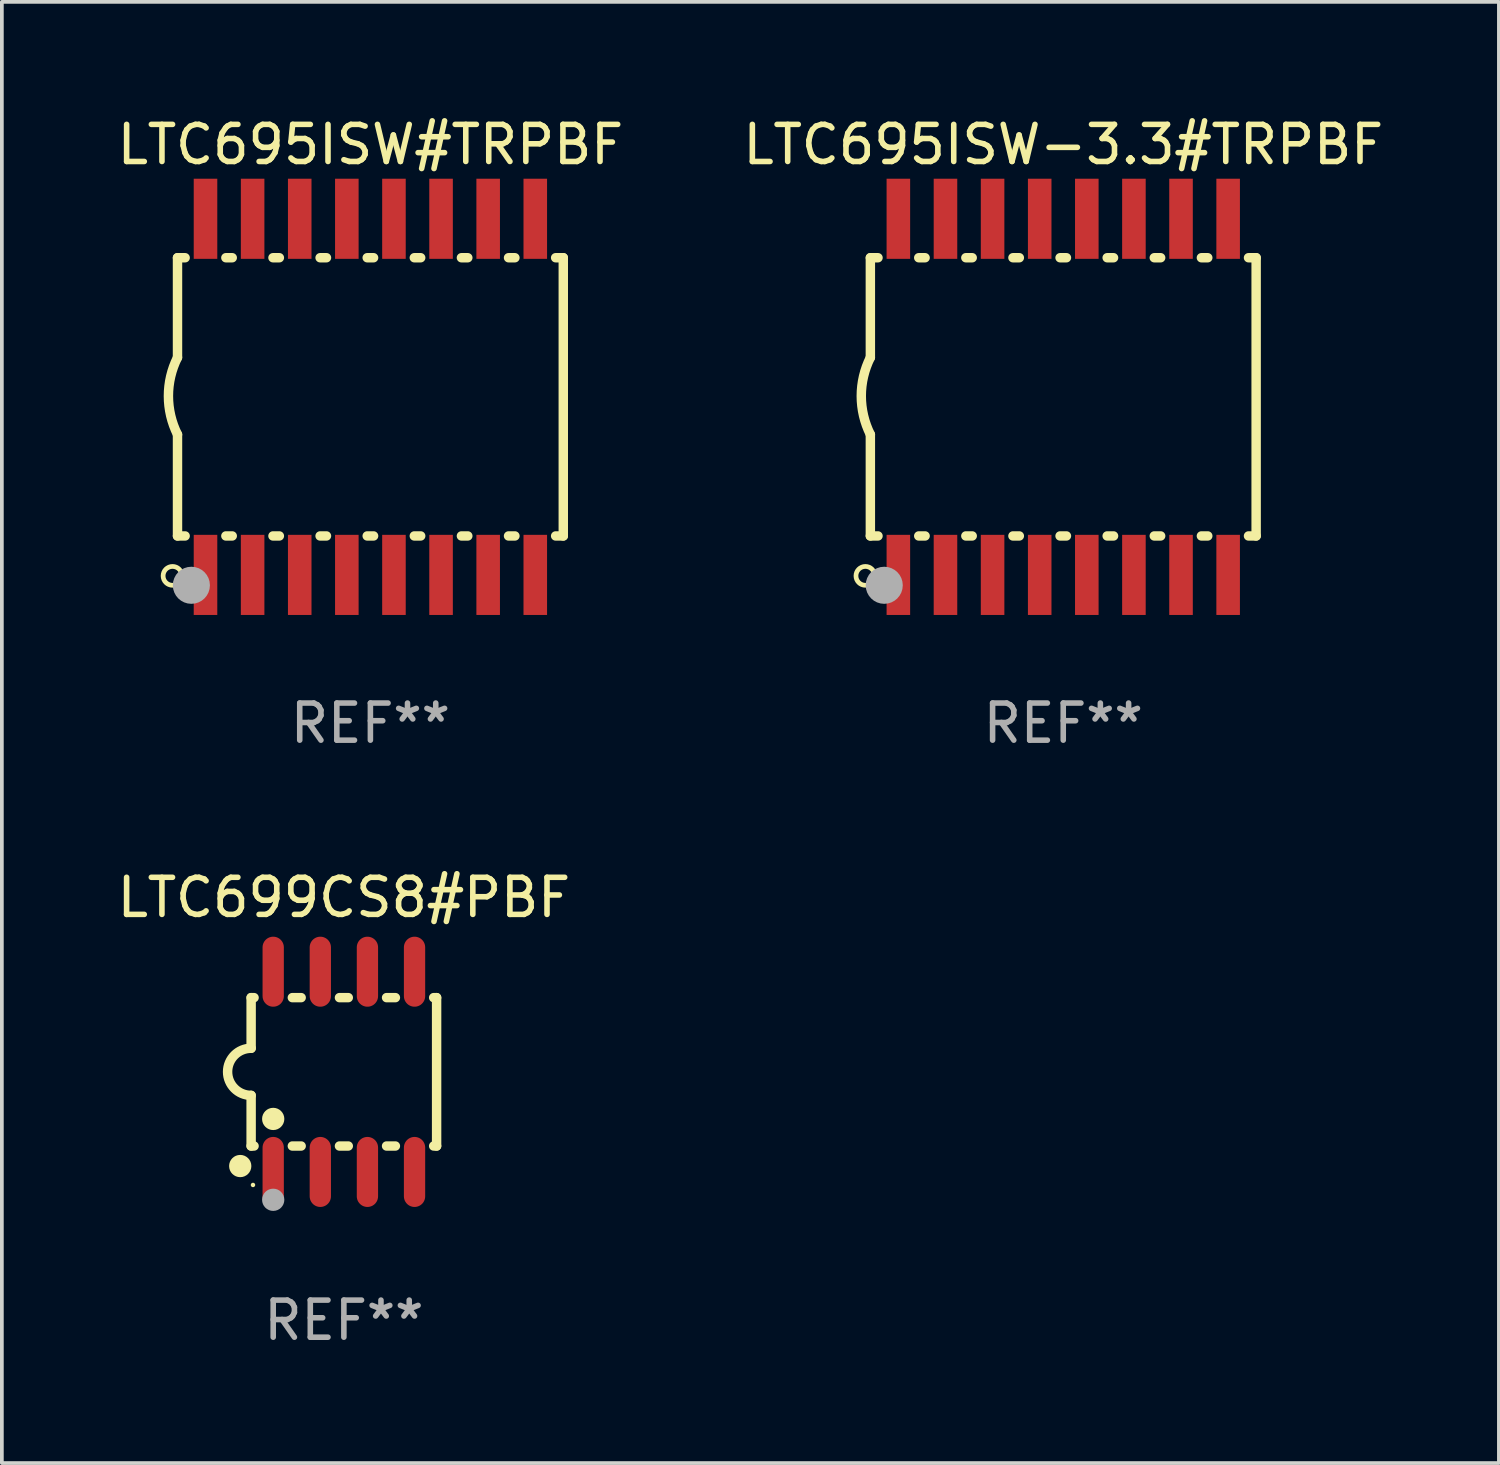
<source format=kicad_pcb>
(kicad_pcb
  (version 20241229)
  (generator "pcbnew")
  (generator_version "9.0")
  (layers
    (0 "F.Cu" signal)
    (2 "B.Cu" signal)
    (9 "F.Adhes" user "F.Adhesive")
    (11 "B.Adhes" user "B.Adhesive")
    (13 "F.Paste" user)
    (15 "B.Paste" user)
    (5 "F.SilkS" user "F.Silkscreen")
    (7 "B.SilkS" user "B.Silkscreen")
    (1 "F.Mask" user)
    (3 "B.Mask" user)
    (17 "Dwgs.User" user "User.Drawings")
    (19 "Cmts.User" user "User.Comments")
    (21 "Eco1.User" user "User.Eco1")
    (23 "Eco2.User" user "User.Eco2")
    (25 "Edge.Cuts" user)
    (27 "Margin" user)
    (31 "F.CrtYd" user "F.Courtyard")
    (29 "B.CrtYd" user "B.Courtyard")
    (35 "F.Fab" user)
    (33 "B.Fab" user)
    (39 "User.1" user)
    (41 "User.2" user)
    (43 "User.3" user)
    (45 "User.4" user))
  (footprint "LTC699CS8#PBF"
    (layer "F.Cu")
    (at 6.22 25.844)
    (property "Reference" "LTC699CS8#PBF" (at 0 -4.699 0) (layer "F.SilkS") (effects (font (size 1 1) (thickness 0.15))))
    (attr through_hole)
    (fp_line (start -2.5 -2) (end -2.5 -0.635) (stroke (width 0.254) (type solid)) (layer "F.SilkS"))
    (fp_line (start -2.5 -2) (end -2.421 -2) (stroke (width 0.254) (type solid)) (layer "F.SilkS"))
    (fp_line (start -2.5 2) (end -2.5 0.635) (stroke (width 0.254) (type solid)) (layer "F.SilkS"))
    (fp_line (start -2.5 2) (end -2.421 2) (stroke (width 0.254) (type solid)) (layer "F.SilkS"))
    (fp_line (start -1.389 -2) (end -1.151 -2) (stroke (width 0.254) (type solid)) (layer "F.SilkS"))
    (fp_line (start -1.389 2) (end -1.151 2) (stroke (width 0.254) (type solid)) (layer "F.SilkS"))
    (fp_line (start -0.119 -2) (end 0.119 -2) (stroke (width 0.254) (type solid)) (layer "F.SilkS"))
    (fp_line (start -0.119 2) (end 0.119 2) (stroke (width 0.254) (type solid)) (layer "F.SilkS"))
    (fp_line (start 1.151 -2) (end 1.389 -2) (stroke (width 0.254) (type solid)) (layer "F.SilkS"))
    (fp_line (start 1.151 2) (end 1.389 2) (stroke (width 0.254) (type solid)) (layer "F.SilkS"))
    (fp_line (start 2.421 -2) (end 2.5 -2) (stroke (width 0.254) (type solid)) (layer "F.SilkS"))
    (fp_line (start 2.421 2) (end 2.5 2) (stroke (width 0.254) (type solid)) (layer "F.SilkS"))
    (fp_line (start 2.5 -2) (end 2.5 2) (stroke (width 0.254) (type solid)) (layer "F.SilkS"))
    (fp_arc (start -2.5 0.635001) (mid -3.134366 -0.000318) (end -2.499365 -0.635001) (stroke (width 0.254001) (type solid)) (layer "F.SilkS"))
    (fp_circle (center -2.794 2.54) (end -2.644 2.54) (stroke (width 0.3) (type solid)) (fill no) (layer "F.SilkS"))
    (fp_circle (center -2.45 3.05) (end -2.42 3.05) (stroke (width 0.06) (type solid)) (fill no) (layer "F.SilkS"))
    (fp_circle (center -1.905 1.27) (end -1.755 1.27) (stroke (width 0.3) (type solid)) (fill no) (layer "F.SilkS"))
    (fp_circle (center -1.905 3.45) (end -1.755 3.45) (stroke (width 0.3) (type solid)) (fill no) (layer "F.Fab"))
    (fp_text user "REF**" (at 0 6.699 0) (layer "F.Fab") (effects (font (size 1 1) (thickness 0.15))))
    (pad "1" smd oval (at -1.905 2.699) (size 0.574 1.888) (layers "F.Cu" "F.Mask" "F.Paste"))
    (pad "2" smd oval (at -0.635 2.699) (size 0.574 1.888) (layers "F.Cu" "F.Mask" "F.Paste"))
    (pad "3" smd oval (at 0.635 2.699) (size 0.574 1.888) (layers "F.Cu" "F.Mask" "F.Paste"))
    (pad "4" smd oval (at 1.905 2.699) (size 0.574 1.888) (layers "F.Cu" "F.Mask" "F.Paste"))
    (pad "5" smd oval (at 1.905 -2.699) (size 0.574 1.888) (layers "F.Cu" "F.Mask" "F.Paste"))
    (pad "6" smd oval (at 0.635 -2.699) (size 0.574 1.888) (layers "F.Cu" "F.Mask" "F.Paste"))
    (pad "7" smd oval (at -0.635 -2.699) (size 0.574 1.888) (layers "F.Cu" "F.Mask" "F.Paste"))
    (pad "8" smd oval (at -1.905 -2.699) (size 0.574 1.888) (layers "F.Cu" "F.Mask" "F.Paste")))
  (footprint "LTC695ISW-3.3#TRPBF"
    (layer "F.Cu")
    (at 25.613 7.648)
    (property "Reference" "LTC695ISW-3.3#TRPBF" (at 0 -6.8 0) (layer "F.SilkS") (effects (font (size 1 1) (thickness 0.15))))
    (attr through_hole)
    (fp_line (start -5.2 -3.75) (end -5.2 -1.06) (stroke (width 0.254) (type solid)) (layer "F.SilkS"))
    (fp_line (start -5.2 -3.75) (end -4.994 -3.75) (stroke (width 0.254) (type solid)) (layer "F.SilkS"))
    (fp_line (start -5.2 3.75) (end -5.2 1.016) (stroke (width 0.254) (type solid)) (layer "F.SilkS"))
    (fp_line (start -5.2 3.75) (end -4.994 3.75) (stroke (width 0.254) (type solid)) (layer "F.SilkS"))
    (fp_line (start -3.896 -3.75) (end -3.724 -3.75) (stroke (width 0.254) (type solid)) (layer "F.SilkS"))
    (fp_line (start -3.896 3.75) (end -3.724 3.75) (stroke (width 0.254) (type solid)) (layer "F.SilkS"))
    (fp_line (start -2.626 -3.75) (end -2.454 -3.75) (stroke (width 0.254) (type solid)) (layer "F.SilkS"))
    (fp_line (start -2.626 3.75) (end -2.454 3.75) (stroke (width 0.254) (type solid)) (layer "F.SilkS"))
    (fp_line (start -1.356 -3.75) (end -1.184 -3.75) (stroke (width 0.254) (type solid)) (layer "F.SilkS"))
    (fp_line (start -1.356 3.75) (end -1.184 3.75) (stroke (width 0.254) (type solid)) (layer "F.SilkS"))
    (fp_line (start -0.086 -3.75) (end 0.086 -3.75) (stroke (width 0.254) (type solid)) (layer "F.SilkS"))
    (fp_line (start -0.086 3.75) (end 0.086 3.75) (stroke (width 0.254) (type solid)) (layer "F.SilkS"))
    (fp_line (start 1.184 -3.75) (end 1.356 -3.75) (stroke (width 0.254) (type solid)) (layer "F.SilkS"))
    (fp_line (start 1.184 3.75) (end 1.356 3.75) (stroke (width 0.254) (type solid)) (layer "F.SilkS"))
    (fp_line (start 2.454 -3.75) (end 2.626 -3.75) (stroke (width 0.254) (type solid)) (layer "F.SilkS"))
    (fp_line (start 2.454 3.75) (end 2.626 3.75) (stroke (width 0.254) (type solid)) (layer "F.SilkS"))
    (fp_line (start 3.724 -3.75) (end 3.896 -3.75) (stroke (width 0.254) (type solid)) (layer "F.SilkS"))
    (fp_line (start 3.724 3.75) (end 3.896 3.75) (stroke (width 0.254) (type solid)) (layer "F.SilkS"))
    (fp_line (start 4.994 -3.75) (end 5.2 -3.75) (stroke (width 0.254) (type solid)) (layer "F.SilkS"))
    (fp_line (start 4.994 3.75) (end 5.2 3.75) (stroke (width 0.254) (type solid)) (layer "F.SilkS"))
    (fp_line (start 5.2 3.75) (end 5.2 -3.75) (stroke (width 0.254) (type solid)) (layer "F.SilkS"))
    (fp_arc (start -5.199391 1.016002) (mid -5.444637 -0.021925) (end -5.2 -1.059995) (stroke (width 0.254001) (type solid)) (layer "F.SilkS"))
    (fp_circle (center -5.334 4.826) (end -5.08 4.826) (stroke (width 0.127) (type solid)) (fill no) (layer "F.SilkS"))
    (fp_circle (center -5.15 5.15) (end -5.12 5.15) (stroke (width 0.06) (type solid)) (fill no) (layer "F.SilkS"))
    (fp_circle (center -4.826 5.08) (end -4.576 5.08) (stroke (width 0.5) (type solid)) (fill no) (layer "F.Fab"))
    (fp_text user "REF**" (at 0 8.8 0) (layer "F.Fab") (effects (font (size 1 1) (thickness 0.15))))
    (pad "1" smd rect (at -4.445 4.8) (size 0.635 2.16) (layers "F.Cu" "F.Mask" "F.Paste"))
    (pad "2" smd rect (at -3.175 4.8) (size 0.635 2.16) (layers "F.Cu" "F.Mask" "F.Paste"))
    (pad "3" smd rect (at -1.905 4.8) (size 0.635 2.16) (layers "F.Cu" "F.Mask" "F.Paste"))
    (pad "4" smd rect (at -0.635 4.8) (size 0.635 2.16) (layers "F.Cu" "F.Mask" "F.Paste"))
    (pad "5" smd rect (at 0.635 4.8) (size 0.635 2.16) (layers "F.Cu" "F.Mask" "F.Paste"))
    (pad "6" smd rect (at 1.905 4.8) (size 0.635 2.16) (layers "F.Cu" "F.Mask" "F.Paste"))
    (pad "7" smd rect (at 3.175 4.8) (size 0.635 2.16) (layers "F.Cu" "F.Mask" "F.Paste"))
    (pad "8" smd rect (at 4.445 4.8) (size 0.635 2.16) (layers "F.Cu" "F.Mask" "F.Paste"))
    (pad "9" smd rect (at 4.445 -4.8) (size 0.635 2.16) (layers "F.Cu" "F.Mask" "F.Paste"))
    (pad "10" smd rect (at 3.175 -4.8) (size 0.635 2.16) (layers "F.Cu" "F.Mask" "F.Paste"))
    (pad "11" smd rect (at 1.905 -4.8) (size 0.635 2.16) (layers "F.Cu" "F.Mask" "F.Paste"))
    (pad "12" smd rect (at 0.635 -4.8) (size 0.635 2.16) (layers "F.Cu" "F.Mask" "F.Paste"))
    (pad "13" smd rect (at -0.635 -4.8) (size 0.635 2.16) (layers "F.Cu" "F.Mask" "F.Paste"))
    (pad "14" smd rect (at -1.905 -4.8) (size 0.635 2.16) (layers "F.Cu" "F.Mask" "F.Paste"))
    (pad "15" smd rect (at -3.175 -4.8) (size 0.635 2.16) (layers "F.Cu" "F.Mask" "F.Paste"))
    (pad "16" smd rect (at -4.445 -4.8) (size 0.635 2.16) (layers "F.Cu" "F.Mask" "F.Paste")))
  (footprint "LTC695ISW#TRPBF"
    (layer "F.Cu")
    (at 6.935 7.648)
    (property "Reference" "LTC695ISW#TRPBF" (at 0 -6.8 0) (layer "F.SilkS") (effects (font (size 1 1) (thickness 0.15))))
    (attr through_hole)
    (fp_line (start -5.2 -3.75) (end -5.2 -1.06) (stroke (width 0.254) (type solid)) (layer "F.SilkS"))
    (fp_line (start -5.2 -3.75) (end -4.994 -3.75) (stroke (width 0.254) (type solid)) (layer "F.SilkS"))
    (fp_line (start -5.2 3.75) (end -5.2 1.016) (stroke (width 0.254) (type solid)) (layer "F.SilkS"))
    (fp_line (start -5.2 3.75) (end -4.994 3.75) (stroke (width 0.254) (type solid)) (layer "F.SilkS"))
    (fp_line (start -3.896 -3.75) (end -3.724 -3.75) (stroke (width 0.254) (type solid)) (layer "F.SilkS"))
    (fp_line (start -3.896 3.75) (end -3.724 3.75) (stroke (width 0.254) (type solid)) (layer "F.SilkS"))
    (fp_line (start -2.626 -3.75) (end -2.454 -3.75) (stroke (width 0.254) (type solid)) (layer "F.SilkS"))
    (fp_line (start -2.626 3.75) (end -2.454 3.75) (stroke (width 0.254) (type solid)) (layer "F.SilkS"))
    (fp_line (start -1.356 -3.75) (end -1.184 -3.75) (stroke (width 0.254) (type solid)) (layer "F.SilkS"))
    (fp_line (start -1.356 3.75) (end -1.184 3.75) (stroke (width 0.254) (type solid)) (layer "F.SilkS"))
    (fp_line (start -0.086 -3.75) (end 0.086 -3.75) (stroke (width 0.254) (type solid)) (layer "F.SilkS"))
    (fp_line (start -0.086 3.75) (end 0.086 3.75) (stroke (width 0.254) (type solid)) (layer "F.SilkS"))
    (fp_line (start 1.184 -3.75) (end 1.356 -3.75) (stroke (width 0.254) (type solid)) (layer "F.SilkS"))
    (fp_line (start 1.184 3.75) (end 1.356 3.75) (stroke (width 0.254) (type solid)) (layer "F.SilkS"))
    (fp_line (start 2.454 -3.75) (end 2.626 -3.75) (stroke (width 0.254) (type solid)) (layer "F.SilkS"))
    (fp_line (start 2.454 3.75) (end 2.626 3.75) (stroke (width 0.254) (type solid)) (layer "F.SilkS"))
    (fp_line (start 3.724 -3.75) (end 3.896 -3.75) (stroke (width 0.254) (type solid)) (layer "F.SilkS"))
    (fp_line (start 3.724 3.75) (end 3.896 3.75) (stroke (width 0.254) (type solid)) (layer "F.SilkS"))
    (fp_line (start 4.994 -3.75) (end 5.2 -3.75) (stroke (width 0.254) (type solid)) (layer "F.SilkS"))
    (fp_line (start 4.994 3.75) (end 5.2 3.75) (stroke (width 0.254) (type solid)) (layer "F.SilkS"))
    (fp_line (start 5.2 3.75) (end 5.2 -3.75) (stroke (width 0.254) (type solid)) (layer "F.SilkS"))
    (fp_arc (start -5.199391 1.016002) (mid -5.444637 -0.021925) (end -5.2 -1.059995) (stroke (width 0.254001) (type solid)) (layer "F.SilkS"))
    (fp_circle (center -5.334 4.826) (end -5.08 4.826) (stroke (width 0.127) (type solid)) (fill no) (layer "F.SilkS"))
    (fp_circle (center -5.15 5.15) (end -5.12 5.15) (stroke (width 0.06) (type solid)) (fill no) (layer "F.SilkS"))
    (fp_circle (center -4.826 5.08) (end -4.576 5.08) (stroke (width 0.5) (type solid)) (fill no) (layer "F.Fab"))
    (fp_text user "REF**" (at 0 8.8 0) (layer "F.Fab") (effects (font (size 1 1) (thickness 0.15))))
    (pad "1" smd rect (at -4.445 4.8) (size 0.635 2.16) (layers "F.Cu" "F.Mask" "F.Paste"))
    (pad "2" smd rect (at -3.175 4.8) (size 0.635 2.16) (layers "F.Cu" "F.Mask" "F.Paste"))
    (pad "3" smd rect (at -1.905 4.8) (size 0.635 2.16) (layers "F.Cu" "F.Mask" "F.Paste"))
    (pad "4" smd rect (at -0.635 4.8) (size 0.635 2.16) (layers "F.Cu" "F.Mask" "F.Paste"))
    (pad "5" smd rect (at 0.635 4.8) (size 0.635 2.16) (layers "F.Cu" "F.Mask" "F.Paste"))
    (pad "6" smd rect (at 1.905 4.8) (size 0.635 2.16) (layers "F.Cu" "F.Mask" "F.Paste"))
    (pad "7" smd rect (at 3.175 4.8) (size 0.635 2.16) (layers "F.Cu" "F.Mask" "F.Paste"))
    (pad "8" smd rect (at 4.445 4.8) (size 0.635 2.16) (layers "F.Cu" "F.Mask" "F.Paste"))
    (pad "9" smd rect (at 4.445 -4.8) (size 0.635 2.16) (layers "F.Cu" "F.Mask" "F.Paste"))
    (pad "10" smd rect (at 3.175 -4.8) (size 0.635 2.16) (layers "F.Cu" "F.Mask" "F.Paste"))
    (pad "11" smd rect (at 1.905 -4.8) (size 0.635 2.16) (layers "F.Cu" "F.Mask" "F.Paste"))
    (pad "12" smd rect (at 0.635 -4.8) (size 0.635 2.16) (layers "F.Cu" "F.Mask" "F.Paste"))
    (pad "13" smd rect (at -0.635 -4.8) (size 0.635 2.16) (layers "F.Cu" "F.Mask" "F.Paste"))
    (pad "14" smd rect (at -1.905 -4.8) (size 0.635 2.16) (layers "F.Cu" "F.Mask" "F.Paste"))
    (pad "15" smd rect (at -3.175 -4.8) (size 0.635 2.16) (layers "F.Cu" "F.Mask" "F.Paste"))
    (pad "16" smd rect (at -4.445 -4.8) (size 0.635 2.16) (layers "F.Cu" "F.Mask" "F.Paste")))
  (gr_rect
    (start -3 -3)
    (end 37.357 36.391)
    (stroke (width 0.1) (type default))
    (fill no)
    (layer "Edge.Cuts")))
</source>
